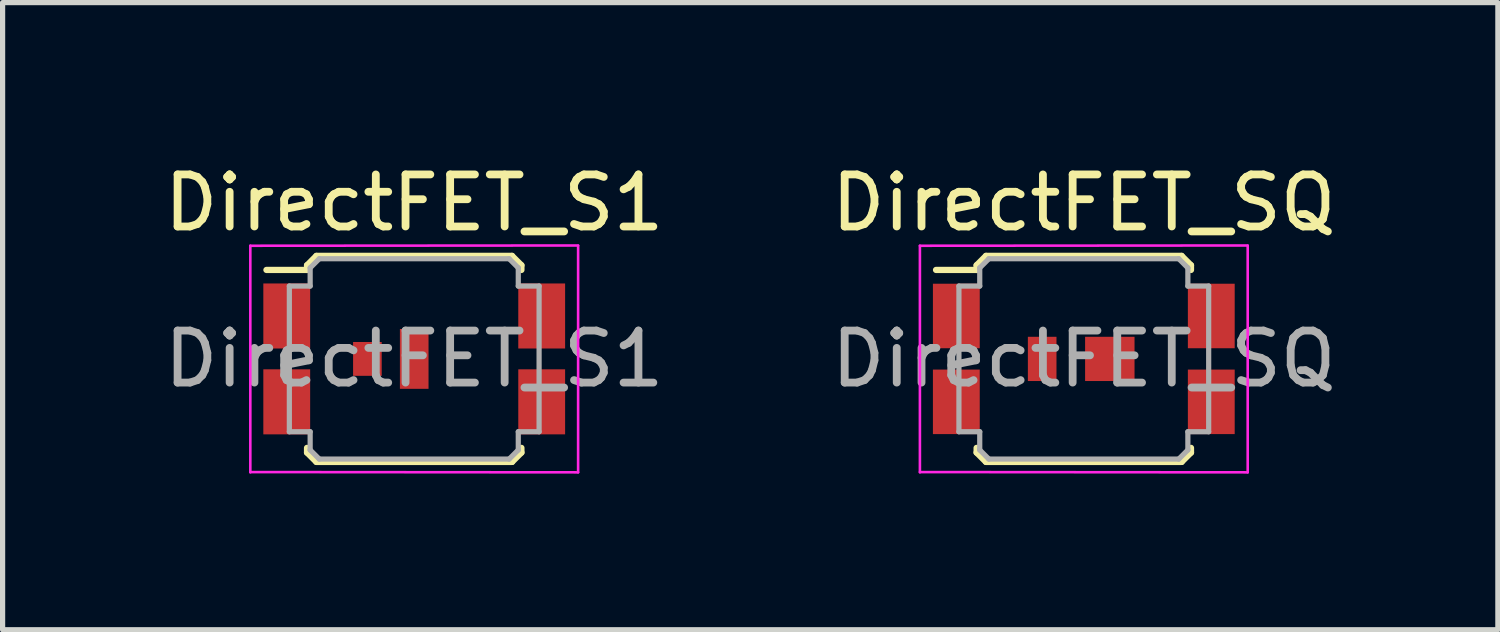
<source format=kicad_pcb>
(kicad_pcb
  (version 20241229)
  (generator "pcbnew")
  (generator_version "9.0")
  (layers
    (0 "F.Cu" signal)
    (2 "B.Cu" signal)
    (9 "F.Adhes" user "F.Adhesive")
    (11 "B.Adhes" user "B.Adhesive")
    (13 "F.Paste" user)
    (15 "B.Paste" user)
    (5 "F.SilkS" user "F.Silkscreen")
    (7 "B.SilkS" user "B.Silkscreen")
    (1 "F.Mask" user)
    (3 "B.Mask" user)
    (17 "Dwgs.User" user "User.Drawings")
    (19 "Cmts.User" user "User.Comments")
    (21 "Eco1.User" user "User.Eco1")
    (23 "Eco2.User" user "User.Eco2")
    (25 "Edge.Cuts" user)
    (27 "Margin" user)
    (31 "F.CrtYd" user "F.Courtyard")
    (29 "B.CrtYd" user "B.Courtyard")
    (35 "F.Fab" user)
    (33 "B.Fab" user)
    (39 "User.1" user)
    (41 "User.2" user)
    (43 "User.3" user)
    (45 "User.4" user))
  (footprint "DirectFET_SQ"
    (layer "F.Cu")
    (at 17.78 3.848)
    (property "Reference" "DirectFET_SQ" (at 0 -3 0) (layer "F.SilkS") (effects (font (size 1 1) (thickness 0.15))))
    (attr smd)
    (fp_line (start -2.84 -1.71) (end -2.06 -1.71) (stroke (width 0.12) (type solid)) (layer "F.SilkS"))
    (fp_line (start -2.06 -1.8) (end -1.88 -1.98) (stroke (width 0.12) (type solid)) (layer "F.SilkS"))
    (fp_line (start -2.06 -1.71) (end -2.06 -1.8) (stroke (width 0.12) (type solid)) (layer "F.SilkS"))
    (fp_line (start -2.06 1.71) (end -2.06 1.8) (stroke (width 0.12) (type solid)) (layer "F.SilkS"))
    (fp_line (start -2.06 1.8) (end -1.88 1.98) (stroke (width 0.12) (type solid)) (layer "F.SilkS"))
    (fp_line (start -1.88 -1.98) (end 1.88 -1.98) (stroke (width 0.12) (type solid)) (layer "F.SilkS"))
    (fp_line (start -1.88 1.98) (end 1.88 1.98) (stroke (width 0.12) (type solid)) (layer "F.SilkS"))
    (fp_line (start 2.06 -1.8) (end 1.88 -1.98) (stroke (width 0.12) (type solid)) (layer "F.SilkS"))
    (fp_line (start 2.06 -1.71) (end 2.06 -1.8) (stroke (width 0.12) (type solid)) (layer "F.SilkS"))
    (fp_line (start 2.06 1.71) (end 2.06 1.8) (stroke (width 0.12) (type solid)) (layer "F.SilkS"))
    (fp_line (start 2.06 1.8) (end 1.88 1.98) (stroke (width 0.12) (type solid)) (layer "F.SilkS"))
    (fp_line (start -3.15 -2.175) (end -3.15 2.18) (stroke (width 0.05) (type solid)) (layer "F.CrtYd"))
    (fp_line (start -3.15 -2.175) (end 3.15 -2.18) (stroke (width 0.05) (type solid)) (layer "F.CrtYd"))
    (fp_line (start -3.15 2.175) (end 3.15 2.18) (stroke (width 0.05) (type solid)) (layer "F.CrtYd"))
    (fp_line (start 3.15 -2.175) (end 3.15 2.18) (stroke (width 0.05) (type solid)) (layer "F.CrtYd"))
    (fp_line (start -2.4 -1.4) (end -2 -1.4) (stroke (width 0.1) (type solid)) (layer "F.Fab"))
    (fp_line (start -2.4 1.4) (end -2.4 -1.4) (stroke (width 0.1) (type solid)) (layer "F.Fab"))
    (fp_line (start -2.4 1.4) (end -2 1.4) (stroke (width 0.1) (type solid)) (layer "F.Fab"))
    (fp_line (start -2 -1.75) (end -1.825 -1.925) (stroke (width 0.1) (type solid)) (layer "F.Fab"))
    (fp_line (start -2 -1.4) (end -2 -1.75) (stroke (width 0.1) (type solid)) (layer "F.Fab"))
    (fp_line (start -2 1.4) (end -2 1.75) (stroke (width 0.1) (type solid)) (layer "F.Fab"))
    (fp_line (start -2 1.75) (end -1.825 1.925) (stroke (width 0.1) (type solid)) (layer "F.Fab"))
    (fp_line (start -1.825 -1.925) (end 1.825 -1.925) (stroke (width 0.1) (type solid)) (layer "F.Fab"))
    (fp_line (start -1.825 1.925) (end 1.825 1.925) (stroke (width 0.1) (type solid)) (layer "F.Fab"))
    (fp_line (start 1.825 -1.925) (end 2 -1.75) (stroke (width 0.1) (type solid)) (layer "F.Fab"))
    (fp_line (start 1.825 1.925) (end 2 1.75) (stroke (width 0.1) (type solid)) (layer "F.Fab"))
    (fp_line (start 2 -1.4) (end 2 -1.75) (stroke (width 0.1) (type solid)) (layer "F.Fab"))
    (fp_line (start 2 1.4) (end 2 1.75) (stroke (width 0.1) (type solid)) (layer "F.Fab"))
    (fp_line (start 2.4 -1.4) (end 2 -1.4) (stroke (width 0.1) (type solid)) (layer "F.Fab"))
    (fp_line (start 2.4 1.4) (end 2 1.4) (stroke (width 0.1) (type solid)) (layer "F.Fab"))
    (fp_line (start 2.4 1.4) (end 2.4 -1.4) (stroke (width 0.1) (type solid)) (layer "F.Fab"))
    (fp_text user "${REFERENCE}" (at 0 0 0) (layer "F.Fab") (effects (font (size 1 1) (thickness 0.15))))
    (pad "1" smd rect (at -2.45 -0.825) (size 0.9 1.24) (layers "F.Cu" "F.Mask" "F.Paste"))
    (pad "1" smd rect (at -2.45 0.825) (size 0.9 1.24) (layers "F.Cu" "F.Mask" "F.Paste"))
    (pad "1" smd rect (at 2.45 -0.825) (size 0.9 1.24) (layers "F.Cu" "F.Mask" "F.Paste"))
    (pad "1" smd rect (at 2.45 0.825) (size 0.9 1.24) (layers "F.Cu" "F.Mask" "F.Paste"))
    (pad "2" smd rect (at -0.8 0) (size 0.55 0.85) (layers "F.Cu" "F.Mask" "F.Paste"))
    (pad "3" smd rect (at 0.5 0) (size 0.95 0.85) (layers "F.Cu" "F.Mask" "F.Paste")))
  (footprint "DirectFET_S1"
    (layer "F.Cu")
    (at 4.911 3.848)
    (property "Reference" "DirectFET_S1" (at 0 -3 0) (layer "F.SilkS") (effects (font (size 1 1) (thickness 0.15))))
    (attr smd)
    (fp_line (start -2.84 -1.71) (end -2.06 -1.71) (stroke (width 0.12) (type solid)) (layer "F.SilkS"))
    (fp_line (start -2.06 -1.8) (end -1.88 -1.98) (stroke (width 0.12) (type solid)) (layer "F.SilkS"))
    (fp_line (start -2.06 -1.71) (end -2.06 -1.8) (stroke (width 0.12) (type solid)) (layer "F.SilkS"))
    (fp_line (start -2.06 1.71) (end -2.06 1.8) (stroke (width 0.12) (type solid)) (layer "F.SilkS"))
    (fp_line (start -2.06 1.8) (end -1.88 1.98) (stroke (width 0.12) (type solid)) (layer "F.SilkS"))
    (fp_line (start -1.88 -1.98) (end 1.88 -1.98) (stroke (width 0.12) (type solid)) (layer "F.SilkS"))
    (fp_line (start -1.88 1.98) (end 1.88 1.98) (stroke (width 0.12) (type solid)) (layer "F.SilkS"))
    (fp_line (start 2.06 -1.8) (end 1.88 -1.98) (stroke (width 0.12) (type solid)) (layer "F.SilkS"))
    (fp_line (start 2.06 -1.71) (end 2.06 -1.8) (stroke (width 0.12) (type solid)) (layer "F.SilkS"))
    (fp_line (start 2.06 1.71) (end 2.06 1.8) (stroke (width 0.12) (type solid)) (layer "F.SilkS"))
    (fp_line (start 2.06 1.8) (end 1.88 1.98) (stroke (width 0.12) (type solid)) (layer "F.SilkS"))
    (fp_line (start -3.15 -2.175) (end -3.15 2.18) (stroke (width 0.05) (type solid)) (layer "F.CrtYd"))
    (fp_line (start -3.15 -2.175) (end 3.15 -2.18) (stroke (width 0.05) (type solid)) (layer "F.CrtYd"))
    (fp_line (start -3.15 2.175) (end 3.15 2.18) (stroke (width 0.05) (type solid)) (layer "F.CrtYd"))
    (fp_line (start 3.15 -2.175) (end 3.15 2.18) (stroke (width 0.05) (type solid)) (layer "F.CrtYd"))
    (fp_line (start -2.4 -1.4) (end -2 -1.4) (stroke (width 0.1) (type solid)) (layer "F.Fab"))
    (fp_line (start -2.4 1.4) (end -2.4 -1.4) (stroke (width 0.1) (type solid)) (layer "F.Fab"))
    (fp_line (start -2.4 1.4) (end -2 1.4) (stroke (width 0.1) (type solid)) (layer "F.Fab"))
    (fp_line (start -2 -1.75) (end -1.825 -1.925) (stroke (width 0.1) (type solid)) (layer "F.Fab"))
    (fp_line (start -2 -1.4) (end -2 -1.75) (stroke (width 0.1) (type solid)) (layer "F.Fab"))
    (fp_line (start -2 1.4) (end -2 1.75) (stroke (width 0.1) (type solid)) (layer "F.Fab"))
    (fp_line (start -2 1.75) (end -1.825 1.925) (stroke (width 0.1) (type solid)) (layer "F.Fab"))
    (fp_line (start -1.825 -1.925) (end 1.825 -1.925) (stroke (width 0.1) (type solid)) (layer "F.Fab"))
    (fp_line (start -1.825 1.925) (end 1.825 1.925) (stroke (width 0.1) (type solid)) (layer "F.Fab"))
    (fp_line (start 1.825 -1.925) (end 2 -1.75) (stroke (width 0.1) (type solid)) (layer "F.Fab"))
    (fp_line (start 1.825 1.925) (end 2 1.75) (stroke (width 0.1) (type solid)) (layer "F.Fab"))
    (fp_line (start 2 -1.4) (end 2 -1.75) (stroke (width 0.1) (type solid)) (layer "F.Fab"))
    (fp_line (start 2 1.4) (end 2 1.75) (stroke (width 0.1) (type solid)) (layer "F.Fab"))
    (fp_line (start 2.4 -1.4) (end 2 -1.4) (stroke (width 0.1) (type solid)) (layer "F.Fab"))
    (fp_line (start 2.4 1.4) (end 2 1.4) (stroke (width 0.1) (type solid)) (layer "F.Fab"))
    (fp_line (start 2.4 1.4) (end 2.4 -1.4) (stroke (width 0.1) (type solid)) (layer "F.Fab"))
    (fp_text user "${REFERENCE}" (at 0 0 0) (layer "F.Fab") (effects (font (size 1 1) (thickness 0.15))))
    (pad "1" smd rect (at -2.45 -0.825) (size 0.9 1.25) (layers "F.Cu" "F.Mask" "F.Paste"))
    (pad "1" smd rect (at -2.45 0.825) (size 0.9 1.25) (layers "F.Cu" "F.Mask" "F.Paste"))
    (pad "1" smd rect (at 2.45 -0.825) (size 0.9 1.25) (layers "F.Cu" "F.Mask" "F.Paste"))
    (pad "1" smd rect (at 2.45 0.825) (size 0.9 1.25) (layers "F.Cu" "F.Mask" "F.Paste"))
    (pad "2" smd rect (at -0.9 0) (size 0.55 0.65) (layers "F.Cu" "F.Mask" "F.Paste"))
    (pad "3" smd rect (at 0 0) (size 0.55 1.15) (layers "F.Cu" "F.Mask" "F.Paste")))
  (gr_rect
    (start -3 -3)
    (end 25.738 9.053)
    (stroke (width 0.1) (type default))
    (fill no)
    (layer "Edge.Cuts")))
</source>
